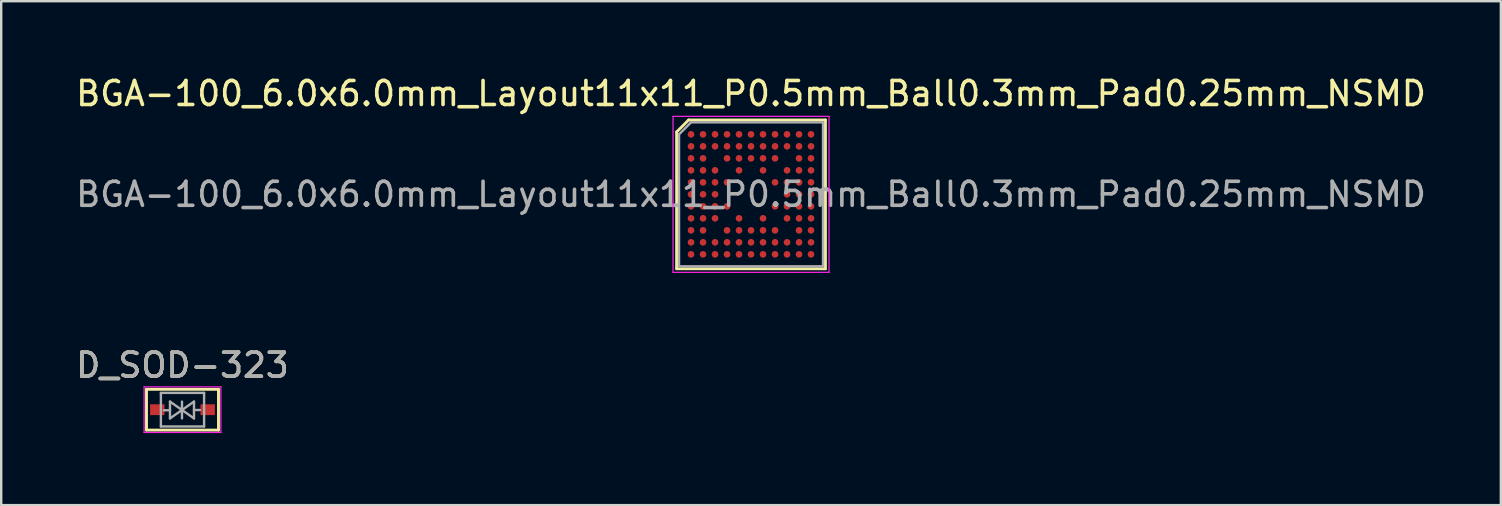
<source format=kicad_pcb>
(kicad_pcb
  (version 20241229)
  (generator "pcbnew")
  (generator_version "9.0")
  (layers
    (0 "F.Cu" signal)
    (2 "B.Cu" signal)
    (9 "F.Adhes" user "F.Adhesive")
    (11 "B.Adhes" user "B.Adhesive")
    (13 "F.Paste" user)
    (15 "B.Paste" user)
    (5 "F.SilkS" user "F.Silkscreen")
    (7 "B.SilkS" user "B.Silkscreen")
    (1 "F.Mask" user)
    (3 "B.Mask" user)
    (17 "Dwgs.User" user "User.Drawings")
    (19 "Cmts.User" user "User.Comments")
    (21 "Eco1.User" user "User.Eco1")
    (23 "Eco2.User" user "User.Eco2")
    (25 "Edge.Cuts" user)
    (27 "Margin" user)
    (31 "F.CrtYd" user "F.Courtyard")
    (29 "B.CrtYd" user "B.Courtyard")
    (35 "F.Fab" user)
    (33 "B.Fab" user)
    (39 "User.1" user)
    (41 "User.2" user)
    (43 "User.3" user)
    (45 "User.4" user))
  (footprint "D_SOD-323"
    (layer "F.Cu")
    (at 4.554 14.021)
    (property "Reference" "D_SOD-323" (at 0 -1.85 0) (layer "F.SilkS") (effects (font (size 1 1) (thickness 0.15))))
    (attr smd)
    (fp_line (start -1.5 -0.85) (end -1.5 0.85) (stroke (width 0.12) (type solid)) (layer "F.SilkS"))
    (fp_line (start -1.5 -0.85) (end 1.5 -0.85) (stroke (width 0.12) (type solid)) (layer "F.SilkS"))
    (fp_line (start -1.5 0.85) (end 1.5 0.85) (stroke (width 0.12) (type solid)) (layer "F.SilkS"))
    (fp_line (start 1.5 -0.85) (end 1.5 0.85) (stroke (width 0.12) (type solid)) (layer "F.SilkS"))
    (fp_line (start -1.6 -0.95) (end -1.6 0.95) (stroke (width 0.05) (type solid)) (layer "F.CrtYd"))
    (fp_line (start -1.6 -0.95) (end 1.6 -0.95) (stroke (width 0.05) (type solid)) (layer "F.CrtYd"))
    (fp_line (start -1.6 0.95) (end 1.6 0.95) (stroke (width 0.05) (type solid)) (layer "F.CrtYd"))
    (fp_line (start 1.6 -0.95) (end 1.6 0.95) (stroke (width 0.05) (type solid)) (layer "F.CrtYd"))
    (fp_line (start -0.9 -0.7) (end 0.9 -0.7) (stroke (width 0.1) (type solid)) (layer "F.Fab"))
    (fp_line (start -0.9 0.7) (end -0.9 -0.7) (stroke (width 0.1) (type solid)) (layer "F.Fab"))
    (fp_line (start -0.521 0.025) (end -0.771 0.025) (stroke (width 0.1) (type solid)) (layer "F.Fab"))
    (fp_line (start -0.521 -0.337) (end -0.521 0.363) (stroke (width 0.1) (type solid)) (layer "F.Fab"))
    (fp_line (start -0.021 -0.337) (end -0.021 0.363) (stroke (width 0.1) (type solid)) (layer "F.Fab"))
    (fp_line (start -0.021 0.013) (end -0.521 -0.337) (stroke (width 0.1) (type solid)) (layer "F.Fab"))
    (fp_line (start -0.021 0.013) (end -0.521 0.363) (stroke (width 0.1) (type solid)) (layer "F.Fab"))
    (fp_line (start -0.021 0.013) (end 0.479 -0.337) (stroke (width 0.1) (type solid)) (layer "F.Fab"))
    (fp_line (start 0.479 -0.337) (end 0.479 0.363) (stroke (width 0.1) (type solid)) (layer "F.Fab"))
    (fp_line (start 0.479 0.013) (end 0.729 0.013) (stroke (width 0.1) (type solid)) (layer "F.Fab"))
    (fp_line (start 0.479 0.363) (end -0.021 0.013) (stroke (width 0.1) (type solid)) (layer "F.Fab"))
    (fp_line (start 0.9 -0.7) (end 0.9 0.7) (stroke (width 0.1) (type solid)) (layer "F.Fab"))
    (fp_line (start 0.9 0.7) (end -0.9 0.7) (stroke (width 0.1) (type solid)) (layer "F.Fab"))
    (fp_text user "${REFERENCE}" (at 0 -1.85 0) (layer "F.Fab") (effects (font (size 1 1) (thickness 0.15))))
    (pad "1" smd rect (at -1.05 0) (size 0.6 0.45) (layers "F.Cu" "F.Mask" "F.Paste"))
    (pad "2" smd rect (at 1.05 0) (size 0.6 0.45) (layers "F.Cu" "F.Mask" "F.Paste")))
  (footprint "BGA-100_6.0x6.0mm_Layout11x11_P0.5mm_Ball0.3mm_Pad0.25mm_NSMD"
    (layer "F.Cu")
    (at 28.244 5.048)
    (property "Reference" "BGA-100_6.0x6.0mm_Layout11x11_P0.5mm_Ball0.3mm_Pad0.25mm_NSMD" (at 0 -4.2 0) (layer "F.SilkS") (effects (font (size 1 1) (thickness 0.15))))
    (attr smd)
    (fp_line (start -3.1 -2.6) (end -3.1 3.1) (stroke (width 0.12) (type solid)) (layer "F.SilkS"))
    (fp_line (start -3.1 3.1) (end 3.1 3.1) (stroke (width 0.12) (type solid)) (layer "F.SilkS"))
    (fp_line (start -2.6 -3.1) (end -3.1 -2.6) (stroke (width 0.12) (type solid)) (layer "F.SilkS"))
    (fp_line (start 3.1 -3.1) (end -2.6 -3.1) (stroke (width 0.12) (type solid)) (layer "F.SilkS"))
    (fp_line (start 3.1 3.1) (end 3.1 -3.1) (stroke (width 0.12) (type solid)) (layer "F.SilkS"))
    (fp_line (start -3.25 -3.25) (end 3.25 -3.25) (stroke (width 0.05) (type solid)) (layer "F.CrtYd"))
    (fp_line (start -3.25 3.25) (end -3.25 -3.25) (stroke (width 0.05) (type solid)) (layer "F.CrtYd"))
    (fp_line (start 3.25 -3.25) (end 3.25 3.25) (stroke (width 0.05) (type solid)) (layer "F.CrtYd"))
    (fp_line (start 3.25 3.25) (end -3.25 3.25) (stroke (width 0.05) (type solid)) (layer "F.CrtYd"))
    (fp_line (start -3 -2.5) (end -3 3) (stroke (width 0.1) (type solid)) (layer "F.Fab"))
    (fp_line (start -3 3) (end 3 3) (stroke (width 0.1) (type solid)) (layer "F.Fab"))
    (fp_line (start -2.5 -3) (end -3 -2.5) (stroke (width 0.1) (type solid)) (layer "F.Fab"))
    (fp_line (start 3 -3) (end -2.5 -3) (stroke (width 0.1) (type solid)) (layer "F.Fab"))
    (fp_line (start 3 3) (end 3 -3) (stroke (width 0.1) (type solid)) (layer "F.Fab"))
    (fp_text user "${REFERENCE}" (at 0 0 0) (layer "F.Fab") (effects (font (size 1 1) (thickness 0.15))))
    (pad "A1" smd circle (at -2.5 -2.5) (size 0.28 0.28) (layers "F.Cu" "F.Mask" "F.Paste"))
    (pad "A2" smd circle (at -2 -2.5) (size 0.28 0.28) (layers "F.Cu" "F.Mask" "F.Paste"))
    (pad "A3" smd circle (at -1.5 -2.5) (size 0.28 0.28) (layers "F.Cu" "F.Mask" "F.Paste"))
    (pad "A4" smd circle (at -1 -2.5) (size 0.28 0.28) (layers "F.Cu" "F.Mask" "F.Paste"))
    (pad "A5" smd circle (at -0.5 -2.5) (size 0.28 0.28) (layers "F.Cu" "F.Mask" "F.Paste"))
    (pad "A6" smd circle (at 0 -2.5) (size 0.28 0.28) (layers "F.Cu" "F.Mask" "F.Paste"))
    (pad "A7" smd circle (at 0.5 -2.5) (size 0.28 0.28) (layers "F.Cu" "F.Mask" "F.Paste"))
    (pad "A8" smd circle (at 1 -2.5) (size 0.28 0.28) (layers "F.Cu" "F.Mask" "F.Paste"))
    (pad "A9" smd circle (at 1.5 -2.5) (size 0.28 0.28) (layers "F.Cu" "F.Mask" "F.Paste"))
    (pad "A10" smd circle (at 2 -2.5) (size 0.28 0.28) (layers "F.Cu" "F.Mask" "F.Paste"))
    (pad "A11" smd circle (at 2.5 -2.5) (size 0.28 0.28) (layers "F.Cu" "F.Mask" "F.Paste"))
    (pad "B1" smd circle (at -2.5 -2) (size 0.28 0.28) (layers "F.Cu" "F.Mask" "F.Paste"))
    (pad "B2" smd circle (at -2 -2) (size 0.28 0.28) (layers "F.Cu" "F.Mask" "F.Paste"))
    (pad "B3" smd circle (at -1.5 -2) (size 0.28 0.28) (layers "F.Cu" "F.Mask" "F.Paste"))
    (pad "B4" smd circle (at -1 -2) (size 0.28 0.28) (layers "F.Cu" "F.Mask" "F.Paste"))
    (pad "B5" smd circle (at -0.5 -2) (size 0.28 0.28) (layers "F.Cu" "F.Mask" "F.Paste"))
    (pad "B6" smd circle (at 0 -2) (size 0.28 0.28) (layers "F.Cu" "F.Mask" "F.Paste"))
    (pad "B7" smd circle (at 0.5 -2) (size 0.28 0.28) (layers "F.Cu" "F.Mask" "F.Paste"))
    (pad "B8" smd circle (at 1 -2) (size 0.28 0.28) (layers "F.Cu" "F.Mask" "F.Paste"))
    (pad "B9" smd circle (at 1.5 -2) (size 0.28 0.28) (layers "F.Cu" "F.Mask" "F.Paste"))
    (pad "B10" smd circle (at 2 -2) (size 0.28 0.28) (layers "F.Cu" "F.Mask" "F.Paste"))
    (pad "B11" smd circle (at 2.5 -2) (size 0.28 0.28) (layers "F.Cu" "F.Mask" "F.Paste"))
    (pad "C1" smd circle (at -2.5 -1.5) (size 0.28 0.28) (layers "F.Cu" "F.Mask" "F.Paste"))
    (pad "C2" smd circle (at -2 -1.5) (size 0.28 0.28) (layers "F.Cu" "F.Mask" "F.Paste"))
    (pad "C4" smd circle (at -1 -1.5) (size 0.28 0.28) (layers "F.Cu" "F.Mask" "F.Paste"))
    (pad "C5" smd circle (at -0.5 -1.5) (size 0.28 0.28) (layers "F.Cu" "F.Mask" "F.Paste"))
    (pad "C6" smd circle (at 0 -1.5) (size 0.28 0.28) (layers "F.Cu" "F.Mask" "F.Paste"))
    (pad "C7" smd circle (at 0.5 -1.5) (size 0.28 0.28) (layers "F.Cu" "F.Mask" "F.Paste"))
    (pad "C8" smd circle (at 1 -1.5) (size 0.28 0.28) (layers "F.Cu" "F.Mask" "F.Paste"))
    (pad "C10" smd circle (at 2 -1.5) (size 0.28 0.28) (layers "F.Cu" "F.Mask" "F.Paste"))
    (pad "C11" smd circle (at 2.5 -1.5) (size 0.28 0.28) (layers "F.Cu" "F.Mask" "F.Paste"))
    (pad "D1" smd circle (at -2.5 -1) (size 0.28 0.28) (layers "F.Cu" "F.Mask" "F.Paste"))
    (pad "D2" smd circle (at -2 -1) (size 0.28 0.28) (layers "F.Cu" "F.Mask" "F.Paste"))
    (pad "D3" smd circle (at -1.5 -1) (size 0.28 0.28) (layers "F.Cu" "F.Mask" "F.Paste"))
    (pad "D5" smd circle (at -0.5 -1) (size 0.28 0.28) (layers "F.Cu" "F.Mask" "F.Paste"))
    (pad "D7" smd circle (at 0.5 -1) (size 0.28 0.28) (layers "F.Cu" "F.Mask" "F.Paste"))
    (pad "D9" smd circle (at 1.5 -1) (size 0.28 0.28) (layers "F.Cu" "F.Mask" "F.Paste"))
    (pad "D10" smd circle (at 2 -1) (size 0.28 0.28) (layers "F.Cu" "F.Mask" "F.Paste"))
    (pad "D11" smd circle (at 2.5 -1) (size 0.28 0.28) (layers "F.Cu" "F.Mask" "F.Paste"))
    (pad "E1" smd circle (at -2.5 -0.5) (size 0.28 0.28) (layers "F.Cu" "F.Mask" "F.Paste"))
    (pad "E2" smd circle (at -2 -0.5) (size 0.28 0.28) (layers "F.Cu" "F.Mask" "F.Paste"))
    (pad "E3" smd circle (at -1.5 -0.5) (size 0.28 0.28) (layers "F.Cu" "F.Mask" "F.Paste"))
    (pad "E4" smd circle (at -1 -0.5) (size 0.28 0.28) (layers "F.Cu" "F.Mask" "F.Paste"))
    (pad "E8" smd circle (at 1 -0.5) (size 0.28 0.28) (layers "F.Cu" "F.Mask" "F.Paste"))
    (pad "E9" smd circle (at 1.5 -0.5) (size 0.28 0.28) (layers "F.Cu" "F.Mask" "F.Paste"))
    (pad "E10" smd circle (at 2 -0.5) (size 0.28 0.28) (layers "F.Cu" "F.Mask" "F.Paste"))
    (pad "E11" smd circle (at 2.5 -0.5) (size 0.28 0.28) (layers "F.Cu" "F.Mask" "F.Paste"))
    (pad "F1" smd circle (at -2.5 0) (size 0.28 0.28) (layers "F.Cu" "F.Mask" "F.Paste"))
    (pad "F2" smd circle (at -2 0) (size 0.28 0.28) (layers "F.Cu" "F.Mask" "F.Paste"))
    (pad "F3" smd circle (at -1.5 0) (size 0.28 0.28) (layers "F.Cu" "F.Mask" "F.Paste"))
    (pad "F9" smd circle (at 1.5 0) (size 0.28 0.28) (layers "F.Cu" "F.Mask" "F.Paste"))
    (pad "F10" smd circle (at 2 0) (size 0.28 0.28) (layers "F.Cu" "F.Mask" "F.Paste"))
    (pad "F11" smd circle (at 2.5 0) (size 0.28 0.28) (layers "F.Cu" "F.Mask" "F.Paste"))
    (pad "G1" smd circle (at -2.5 0.5) (size 0.28 0.28) (layers "F.Cu" "F.Mask" "F.Paste"))
    (pad "G2" smd circle (at -2 0.5) (size 0.28 0.28) (layers "F.Cu" "F.Mask" "F.Paste"))
    (pad "G3" smd circle (at -1.5 0.5) (size 0.28 0.28) (layers "F.Cu" "F.Mask" "F.Paste"))
    (pad "G4" smd circle (at -1 0.5) (size 0.28 0.28) (layers "F.Cu" "F.Mask" "F.Paste"))
    (pad "G8" smd circle (at 1 0.5) (size 0.28 0.28) (layers "F.Cu" "F.Mask" "F.Paste"))
    (pad "G9" smd circle (at 1.5 0.5) (size 0.28 0.28) (layers "F.Cu" "F.Mask" "F.Paste"))
    (pad "G10" smd circle (at 2 0.5) (size 0.28 0.28) (layers "F.Cu" "F.Mask" "F.Paste"))
    (pad "G11" smd circle (at 2.5 0.5) (size 0.28 0.28) (layers "F.Cu" "F.Mask" "F.Paste"))
    (pad "H1" smd circle (at -2.5 1) (size 0.28 0.28) (layers "F.Cu" "F.Mask" "F.Paste"))
    (pad "H2" smd circle (at -2 1) (size 0.28 0.28) (layers "F.Cu" "F.Mask" "F.Paste"))
    (pad "H3" smd circle (at -1.5 1) (size 0.28 0.28) (layers "F.Cu" "F.Mask" "F.Paste"))
    (pad "H5" smd circle (at -0.5 1) (size 0.28 0.28) (layers "F.Cu" "F.Mask" "F.Paste"))
    (pad "H7" smd circle (at 0.5 1) (size 0.28 0.28) (layers "F.Cu" "F.Mask" "F.Paste"))
    (pad "H9" smd circle (at 1.5 1) (size 0.28 0.28) (layers "F.Cu" "F.Mask" "F.Paste"))
    (pad "H10" smd circle (at 2 1) (size 0.28 0.28) (layers "F.Cu" "F.Mask" "F.Paste"))
    (pad "H11" smd circle (at 2.5 1) (size 0.28 0.28) (layers "F.Cu" "F.Mask" "F.Paste"))
    (pad "J1" smd circle (at -2.5 1.5) (size 0.28 0.28) (layers "F.Cu" "F.Mask" "F.Paste"))
    (pad "J2" smd circle (at -2 1.5) (size 0.28 0.28) (layers "F.Cu" "F.Mask" "F.Paste"))
    (pad "J4" smd circle (at -1 1.5) (size 0.28 0.28) (layers "F.Cu" "F.Mask" "F.Paste"))
    (pad "J5" smd circle (at -0.5 1.5) (size 0.28 0.28) (layers "F.Cu" "F.Mask" "F.Paste"))
    (pad "J6" smd circle (at 0 1.5) (size 0.28 0.28) (layers "F.Cu" "F.Mask" "F.Paste"))
    (pad "J7" smd circle (at 0.5 1.5) (size 0.28 0.28) (layers "F.Cu" "F.Mask" "F.Paste"))
    (pad "J8" smd circle (at 1 1.5) (size 0.28 0.28) (layers "F.Cu" "F.Mask" "F.Paste"))
    (pad "J10" smd circle (at 2 1.5) (size 0.28 0.28) (layers "F.Cu" "F.Mask" "F.Paste"))
    (pad "J11" smd circle (at 2.5 1.5) (size 0.28 0.28) (layers "F.Cu" "F.Mask" "F.Paste"))
    (pad "K1" smd circle (at -2.5 2) (size 0.28 0.28) (layers "F.Cu" "F.Mask" "F.Paste"))
    (pad "K2" smd circle (at -2 2) (size 0.28 0.28) (layers "F.Cu" "F.Mask" "F.Paste"))
    (pad "K3" smd circle (at -1.5 2) (size 0.28 0.28) (layers "F.Cu" "F.Mask" "F.Paste"))
    (pad "K4" smd circle (at -1 2) (size 0.28 0.28) (layers "F.Cu" "F.Mask" "F.Paste"))
    (pad "K5" smd circle (at -0.5 2) (size 0.28 0.28) (layers "F.Cu" "F.Mask" "F.Paste"))
    (pad "K6" smd circle (at 0 2) (size 0.28 0.28) (layers "F.Cu" "F.Mask" "F.Paste"))
    (pad "K7" smd circle (at 0.5 2) (size 0.28 0.28) (layers "F.Cu" "F.Mask" "F.Paste"))
    (pad "K8" smd circle (at 1 2) (size 0.28 0.28) (layers "F.Cu" "F.Mask" "F.Paste"))
    (pad "K9" smd circle (at 1.5 2) (size 0.28 0.28) (layers "F.Cu" "F.Mask" "F.Paste"))
    (pad "K10" smd circle (at 2 2) (size 0.28 0.28) (layers "F.Cu" "F.Mask" "F.Paste"))
    (pad "K11" smd circle (at 2.5 2) (size 0.28 0.28) (layers "F.Cu" "F.Mask" "F.Paste"))
    (pad "L1" smd circle (at -2.5 2.5) (size 0.28 0.28) (layers "F.Cu" "F.Mask" "F.Paste"))
    (pad "L2" smd circle (at -2 2.5) (size 0.28 0.28) (layers "F.Cu" "F.Mask" "F.Paste"))
    (pad "L3" smd circle (at -1.5 2.5) (size 0.28 0.28) (layers "F.Cu" "F.Mask" "F.Paste"))
    (pad "L4" smd circle (at -1 2.5) (size 0.28 0.28) (layers "F.Cu" "F.Mask" "F.Paste"))
    (pad "L5" smd circle (at -0.5 2.5) (size 0.28 0.28) (layers "F.Cu" "F.Mask" "F.Paste"))
    (pad "L6" smd circle (at 0 2.5) (size 0.28 0.28) (layers "F.Cu" "F.Mask" "F.Paste"))
    (pad "L7" smd circle (at 0.5 2.5) (size 0.28 0.28) (layers "F.Cu" "F.Mask" "F.Paste"))
    (pad "L8" smd circle (at 1 2.5) (size 0.28 0.28) (layers "F.Cu" "F.Mask" "F.Paste"))
    (pad "L9" smd circle (at 1.5 2.5) (size 0.28 0.28) (layers "F.Cu" "F.Mask" "F.Paste"))
    (pad "L10" smd circle (at 2 2.5) (size 0.28 0.28) (layers "F.Cu" "F.Mask" "F.Paste"))
    (pad "L11" smd circle (at 2.5 2.5) (size 0.28 0.28) (layers "F.Cu" "F.Mask" "F.Paste")))
  (gr_rect
    (start -3 -3)
    (end 59.488 17.997)
    (stroke (width 0.1) (type default))
    (fill no)
    (layer "Edge.Cuts")))
</source>
